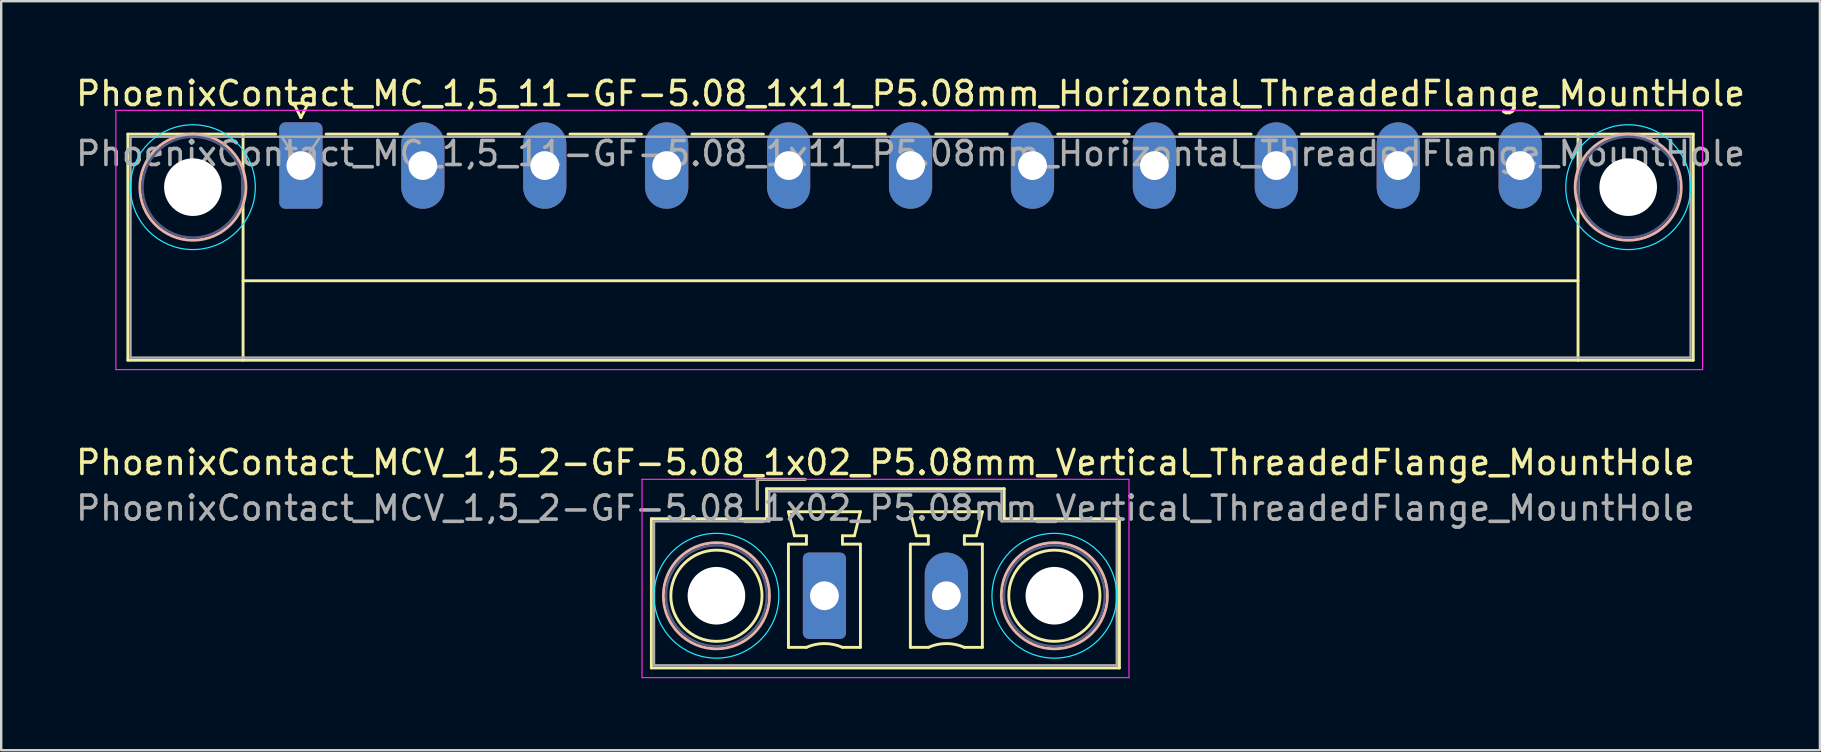
<source format=kicad_pcb>
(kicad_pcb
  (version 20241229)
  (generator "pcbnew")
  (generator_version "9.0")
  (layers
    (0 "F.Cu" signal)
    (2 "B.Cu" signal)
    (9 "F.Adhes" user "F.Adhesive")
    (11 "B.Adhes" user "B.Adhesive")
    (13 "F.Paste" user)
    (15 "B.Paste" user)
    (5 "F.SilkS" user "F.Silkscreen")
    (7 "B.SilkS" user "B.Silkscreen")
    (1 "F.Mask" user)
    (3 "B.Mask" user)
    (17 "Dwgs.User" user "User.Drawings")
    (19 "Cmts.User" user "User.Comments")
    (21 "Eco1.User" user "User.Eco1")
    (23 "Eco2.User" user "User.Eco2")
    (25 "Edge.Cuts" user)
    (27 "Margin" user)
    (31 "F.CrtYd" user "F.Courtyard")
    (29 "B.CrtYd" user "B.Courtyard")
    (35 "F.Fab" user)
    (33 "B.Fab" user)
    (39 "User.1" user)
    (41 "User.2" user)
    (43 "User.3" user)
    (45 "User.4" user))
  (footprint "PhoenixContact_MC_1,5_11-GF-5.08_1x11_P5.08mm_Horizontal_ThreadedFlange_MountHole"
    (layer "F.Cu")
    (at 9.487 3.848)
    (property "Reference" "PhoenixContact_MC_1,5_11-GF-5.08_1x11_P5.08mm_Horizontal_ThreadedFlange_MountHole" (at 25.4 -3 0) (layer "F.SilkS") (effects (font (size 1 1) (thickness 0.15))))
    (attr through_hole)
    (fp_line (start -7.21 -1.31) (end -7.21 8.11) (stroke (width 0.12) (type solid)) (layer "F.SilkS"))
    (fp_line (start -7.21 -1.31) (end -1.05 -1.31) (stroke (width 0.12) (type solid)) (layer "F.SilkS"))
    (fp_line (start -7.21 8.11) (end 58.01 8.11) (stroke (width 0.12) (type solid)) (layer "F.SilkS"))
    (fp_line (start -2.41 -1.31) (end -2.41 8.11) (stroke (width 0.12) (type solid)) (layer "F.SilkS"))
    (fp_line (start -2.41 4.8) (end 53.21 4.8) (stroke (width 0.12) (type solid)) (layer "F.SilkS"))
    (fp_line (start -0.3 -2.6) (end 0.3 -2.6) (stroke (width 0.12) (type solid)) (layer "F.SilkS"))
    (fp_line (start 0 -2) (end -0.3 -2.6) (stroke (width 0.12) (type solid)) (layer "F.SilkS"))
    (fp_line (start 0.3 -2.6) (end 0 -2) (stroke (width 0.12) (type solid)) (layer "F.SilkS"))
    (fp_line (start 1.05 -1.31) (end 4.03 -1.31) (stroke (width 0.12) (type solid)) (layer "F.SilkS"))
    (fp_line (start 6.13 -1.31) (end 9.11 -1.31) (stroke (width 0.12) (type solid)) (layer "F.SilkS"))
    (fp_line (start 11.21 -1.31) (end 14.19 -1.31) (stroke (width 0.12) (type solid)) (layer "F.SilkS"))
    (fp_line (start 16.29 -1.31) (end 19.27 -1.31) (stroke (width 0.12) (type solid)) (layer "F.SilkS"))
    (fp_line (start 21.37 -1.31) (end 24.35 -1.31) (stroke (width 0.12) (type solid)) (layer "F.SilkS"))
    (fp_line (start 26.45 -1.31) (end 29.43 -1.31) (stroke (width 0.12) (type solid)) (layer "F.SilkS"))
    (fp_line (start 31.53 -1.31) (end 34.51 -1.31) (stroke (width 0.12) (type solid)) (layer "F.SilkS"))
    (fp_line (start 36.61 -1.31) (end 39.59 -1.31) (stroke (width 0.12) (type solid)) (layer "F.SilkS"))
    (fp_line (start 41.69 -1.31) (end 44.67 -1.31) (stroke (width 0.12) (type solid)) (layer "F.SilkS"))
    (fp_line (start 46.77 -1.31) (end 49.75 -1.31) (stroke (width 0.12) (type solid)) (layer "F.SilkS"))
    (fp_line (start 53.21 -1.31) (end 53.21 8.11) (stroke (width 0.12) (type solid)) (layer "F.SilkS"))
    (fp_line (start 58.01 -1.31) (end 51.85 -1.31) (stroke (width 0.12) (type solid)) (layer "F.SilkS"))
    (fp_line (start 58.01 8.11) (end 58.01 -1.31) (stroke (width 0.12) (type solid)) (layer "F.SilkS"))
    (fp_circle (center -4.5 0.9) (end -2.29 0.9) (stroke (width 0.12) (type solid)) (fill no) (layer "B.SilkS"))
    (fp_circle (center 55.3 0.9) (end 57.51 0.9) (stroke (width 0.12) (type solid)) (fill no) (layer "B.SilkS"))
    (fp_circle (center -4.5 0.9) (end -1.9 0.9) (stroke (width 0.05) (type solid)) (fill no) (layer "B.CrtYd"))
    (fp_circle (center 55.3 0.9) (end 57.9 0.9) (stroke (width 0.05) (type solid)) (fill no) (layer "B.CrtYd"))
    (fp_line (start -7.71 -2.3) (end -7.71 8.5) (stroke (width 0.05) (type solid)) (layer "F.CrtYd"))
    (fp_line (start -7.71 8.5) (end 58.4 8.5) (stroke (width 0.05) (type solid)) (layer "F.CrtYd"))
    (fp_line (start 58.4 -2.3) (end -7.71 -2.3) (stroke (width 0.05) (type solid)) (layer "F.CrtYd"))
    (fp_line (start 58.4 8.5) (end 58.4 -2.3) (stroke (width 0.05) (type solid)) (layer "F.CrtYd"))
    (fp_circle (center -4.5 0.9) (end -2.4 0.9) (stroke (width 0.1) (type solid)) (fill no) (layer "B.Fab"))
    (fp_circle (center 55.3 0.9) (end 57.4 0.9) (stroke (width 0.1) (type solid)) (fill no) (layer "B.Fab"))
    (fp_line (start -7.1 -1.2) (end -7.1 8) (stroke (width 0.1) (type solid)) (layer "F.Fab"))
    (fp_line (start -7.1 8) (end 57.9 8) (stroke (width 0.1) (type solid)) (layer "F.Fab"))
    (fp_line (start 0 0) (end -0.8 -1.2) (stroke (width 0.1) (type solid)) (layer "F.Fab"))
    (fp_line (start 0.8 -1.2) (end 0 0) (stroke (width 0.1) (type solid)) (layer "F.Fab"))
    (fp_line (start 57.9 -1.2) (end -7.1 -1.2) (stroke (width 0.1) (type solid)) (layer "F.Fab"))
    (fp_line (start 57.9 8) (end 57.9 -1.2) (stroke (width 0.1) (type solid)) (layer "F.Fab"))
    (fp_text user "${REFERENCE}" (at 25.4 -0.5 0) (layer "F.Fab") (effects (font (size 1 1) (thickness 0.15))))
    (pad "" np_thru_hole circle (at -4.5 0.9) (size 2.4 2.4) (drill 2.4) (layers "*.Cu" "*.Mask"))
    (pad "" np_thru_hole circle (at 55.3 0.9) (size 2.4 2.4) (drill 2.4) (layers "*.Cu" "*.Mask"))
    (pad "1" thru_hole roundrect (at 0 0) (size 1.8 3.6) (drill 1.2) (layers "*.Cu" "*.Mask") (roundrect_rratio 0.139))
    (pad "2" thru_hole oval (at 5.08 0) (size 1.8 3.6) (drill 1.2) (layers "*.Cu" "*.Mask"))
    (pad "3" thru_hole oval (at 10.16 0) (size 1.8 3.6) (drill 1.2) (layers "*.Cu" "*.Mask"))
    (pad "4" thru_hole oval (at 15.24 0) (size 1.8 3.6) (drill 1.2) (layers "*.Cu" "*.Mask"))
    (pad "5" thru_hole oval (at 20.32 0) (size 1.8 3.6) (drill 1.2) (layers "*.Cu" "*.Mask"))
    (pad "6" thru_hole oval (at 25.4 0) (size 1.8 3.6) (drill 1.2) (layers "*.Cu" "*.Mask"))
    (pad "7" thru_hole oval (at 30.48 0) (size 1.8 3.6) (drill 1.2) (layers "*.Cu" "*.Mask"))
    (pad "8" thru_hole oval (at 35.56 0) (size 1.8 3.6) (drill 1.2) (layers "*.Cu" "*.Mask"))
    (pad "9" thru_hole oval (at 40.64 0) (size 1.8 3.6) (drill 1.2) (layers "*.Cu" "*.Mask"))
    (pad "10" thru_hole oval (at 45.72 0) (size 1.8 3.6) (drill 1.2) (layers "*.Cu" "*.Mask"))
    (pad "11" thru_hole oval (at 50.8 0) (size 1.8 3.6) (drill 1.2) (layers "*.Cu" "*.Mask")))
  (footprint "PhoenixContact_MCV_1,5_2-GF-5.08_1x02_P5.08mm_Vertical_ThreadedFlange_MountHole"
    (layer "F.Cu")
    (at 31.299 21.771)
    (property "Reference" "PhoenixContact_MCV_1,5_2-GF-5.08_1x02_P5.08mm_Vertical_ThreadedFlange_MountHole" (at 2.54 -5.55 0) (layer "F.SilkS") (effects (font (size 1 1) (thickness 0.15))))
    (attr through_hole)
    (fp_line (start -7.21 -3.21) (end -7.21 3.01) (stroke (width 0.12) (type solid)) (layer "F.SilkS"))
    (fp_line (start -7.21 3.01) (end 12.29 3.01) (stroke (width 0.12) (type solid)) (layer "F.SilkS"))
    (fp_line (start -2.8 -4.85) (end -0.8 -4.85) (stroke (width 0.12) (type solid)) (layer "F.SilkS"))
    (fp_line (start -2.8 -3.6) (end -2.8 -4.85) (stroke (width 0.12) (type solid)) (layer "F.SilkS"))
    (fp_line (start -2.41 -4.46) (end -2.41 -3.21) (stroke (width 0.12) (type solid)) (layer "F.SilkS"))
    (fp_line (start -2.41 -3.21) (end -7.21 -3.21) (stroke (width 0.12) (type solid)) (layer "F.SilkS"))
    (fp_line (start -1.5 -3.5) (end 1.5 -3.5) (stroke (width 0.12) (type solid)) (layer "F.SilkS"))
    (fp_line (start -1.5 -2.15) (end -0.75 -2.15) (stroke (width 0.12) (type solid)) (layer "F.SilkS"))
    (fp_line (start -1.5 2.15) (end -1.5 -2.15) (stroke (width 0.12) (type solid)) (layer "F.SilkS"))
    (fp_line (start -1.25 -2.5) (end -1.5 -3.5) (stroke (width 0.12) (type solid)) (layer "F.SilkS"))
    (fp_line (start -0.75 -2.5) (end -1.25 -2.5) (stroke (width 0.12) (type solid)) (layer "F.SilkS"))
    (fp_line (start -0.75 -2.15) (end -0.75 -2.5) (stroke (width 0.12) (type solid)) (layer "F.SilkS"))
    (fp_line (start -0.75 2.15) (end -1.5 2.15) (stroke (width 0.12) (type solid)) (layer "F.SilkS"))
    (fp_line (start 0.75 -2.5) (end 0.75 -2.15) (stroke (width 0.12) (type solid)) (layer "F.SilkS"))
    (fp_line (start 0.75 -2.15) (end 1.5 -2.15) (stroke (width 0.12) (type solid)) (layer "F.SilkS"))
    (fp_line (start 1.25 -2.5) (end 0.75 -2.5) (stroke (width 0.12) (type solid)) (layer "F.SilkS"))
    (fp_line (start 1.5 -3.5) (end 1.25 -2.5) (stroke (width 0.12) (type solid)) (layer "F.SilkS"))
    (fp_line (start 1.5 -2.15) (end 1.5 2.15) (stroke (width 0.12) (type solid)) (layer "F.SilkS"))
    (fp_line (start 1.5 2.15) (end 0.75 2.15) (stroke (width 0.12) (type solid)) (layer "F.SilkS"))
    (fp_line (start 3.58 -3.5) (end 6.58 -3.5) (stroke (width 0.12) (type solid)) (layer "F.SilkS"))
    (fp_line (start 3.58 -2.15) (end 4.33 -2.15) (stroke (width 0.12) (type solid)) (layer "F.SilkS"))
    (fp_line (start 3.58 2.15) (end 3.58 -2.15) (stroke (width 0.12) (type solid)) (layer "F.SilkS"))
    (fp_line (start 3.83 -2.5) (end 3.58 -3.5) (stroke (width 0.12) (type solid)) (layer "F.SilkS"))
    (fp_line (start 4.33 -2.5) (end 3.83 -2.5) (stroke (width 0.12) (type solid)) (layer "F.SilkS"))
    (fp_line (start 4.33 -2.15) (end 4.33 -2.5) (stroke (width 0.12) (type solid)) (layer "F.SilkS"))
    (fp_line (start 4.33 2.15) (end 3.58 2.15) (stroke (width 0.12) (type solid)) (layer "F.SilkS"))
    (fp_line (start 5.83 -2.5) (end 5.83 -2.15) (stroke (width 0.12) (type solid)) (layer "F.SilkS"))
    (fp_line (start 5.83 -2.15) (end 6.58 -2.15) (stroke (width 0.12) (type solid)) (layer "F.SilkS"))
    (fp_line (start 6.33 -2.5) (end 5.83 -2.5) (stroke (width 0.12) (type solid)) (layer "F.SilkS"))
    (fp_line (start 6.58 -3.5) (end 6.33 -2.5) (stroke (width 0.12) (type solid)) (layer "F.SilkS"))
    (fp_line (start 6.58 -2.15) (end 6.58 2.15) (stroke (width 0.12) (type solid)) (layer "F.SilkS"))
    (fp_line (start 6.58 2.15) (end 5.83 2.15) (stroke (width 0.12) (type solid)) (layer "F.SilkS"))
    (fp_line (start 7.49 -4.46) (end -2.41 -4.46) (stroke (width 0.12) (type solid)) (layer "F.SilkS"))
    (fp_line (start 7.49 -3.21) (end 7.49 -4.46) (stroke (width 0.12) (type solid)) (layer "F.SilkS"))
    (fp_line (start 12.29 -3.21) (end 7.49 -3.21) (stroke (width 0.12) (type solid)) (layer "F.SilkS"))
    (fp_line (start 12.29 3.01) (end 12.29 -3.21) (stroke (width 0.12) (type solid)) (layer "F.SilkS"))
    (fp_arc (start -0.75 2.15) (mid -0.000193 1.99191) (end 0.749647 2.149844) (stroke (width 0.12) (type solid)) (layer "F.SilkS"))
    (fp_arc (start 4.33 2.15) (mid 5.079807 1.99191) (end 5.829647 2.149844) (stroke (width 0.12) (type solid)) (layer "F.SilkS"))
    (fp_circle (center -4.5 0) (end -2.6 0) (stroke (width 0.12) (type solid)) (fill no) (layer "F.SilkS"))
    (fp_circle (center 9.58 0) (end 11.48 0) (stroke (width 0.12) (type solid)) (fill no) (layer "F.SilkS"))
    (fp_circle (center -4.5 0) (end -2.29 0) (stroke (width 0.12) (type solid)) (fill no) (layer "B.SilkS"))
    (fp_circle (center 9.58 0) (end 11.79 0) (stroke (width 0.12) (type solid)) (fill no) (layer "B.SilkS"))
    (fp_circle (center -4.5 0) (end -1.9 0) (stroke (width 0.05) (type solid)) (fill no) (layer "B.CrtYd"))
    (fp_circle (center 9.58 0) (end 12.18 0) (stroke (width 0.05) (type solid)) (fill no) (layer "B.CrtYd"))
    (fp_line (start -7.6 -4.85) (end -7.6 3.41) (stroke (width 0.05) (type solid)) (layer "F.CrtYd"))
    (fp_line (start -7.6 3.41) (end 12.69 3.41) (stroke (width 0.05) (type solid)) (layer "F.CrtYd"))
    (fp_line (start 12.69 -4.85) (end -7.6 -4.85) (stroke (width 0.05) (type solid)) (layer "F.CrtYd"))
    (fp_line (start 12.69 3.41) (end 12.69 -4.85) (stroke (width 0.05) (type solid)) (layer "F.CrtYd"))
    (fp_circle (center -4.5 0) (end -2.4 0) (stroke (width 0.1) (type solid)) (fill no) (layer "B.Fab"))
    (fp_circle (center 9.58 0) (end 11.68 0) (stroke (width 0.1) (type solid)) (fill no) (layer "B.Fab"))
    (fp_line (start -7.1 -3.1) (end -7.1 2.9) (stroke (width 0.1) (type solid)) (layer "F.Fab"))
    (fp_line (start -7.1 2.9) (end 12.18 2.9) (stroke (width 0.1) (type solid)) (layer "F.Fab"))
    (fp_line (start -2.8 -4.85) (end -0.8 -4.85) (stroke (width 0.1) (type solid)) (layer "F.Fab"))
    (fp_line (start -2.8 -3.6) (end -2.8 -4.85) (stroke (width 0.1) (type solid)) (layer "F.Fab"))
    (fp_line (start -2.3 -4.35) (end -2.3 -3.1) (stroke (width 0.1) (type solid)) (layer "F.Fab"))
    (fp_line (start -2.3 -3.1) (end -7.1 -3.1) (stroke (width 0.1) (type solid)) (layer "F.Fab"))
    (fp_line (start 7.38 -4.35) (end -2.3 -4.35) (stroke (width 0.1) (type solid)) (layer "F.Fab"))
    (fp_line (start 7.38 -3.1) (end 7.38 -4.35) (stroke (width 0.1) (type solid)) (layer "F.Fab"))
    (fp_line (start 12.18 -3.1) (end 7.38 -3.1) (stroke (width 0.1) (type solid)) (layer "F.Fab"))
    (fp_line (start 12.18 2.9) (end 12.18 -3.1) (stroke (width 0.1) (type solid)) (layer "F.Fab"))
    (fp_text user "${REFERENCE}" (at 2.54 -3.65 0) (layer "F.Fab") (effects (font (size 1 1) (thickness 0.15))))
    (pad "" np_thru_hole circle (at -4.5 0) (size 2.4 2.4) (drill 2.4) (layers "*.Cu" "*.Mask"))
    (pad "" np_thru_hole circle (at 9.58 0) (size 2.4 2.4) (drill 2.4) (layers "*.Cu" "*.Mask"))
    (pad "1" thru_hole roundrect (at 0 0) (size 1.8 3.6) (drill 1.2) (layers "*.Cu" "*.Mask") (roundrect_rratio 0.139))
    (pad "2" thru_hole oval (at 5.08 0) (size 1.8 3.6) (drill 1.2) (layers "*.Cu" "*.Mask")))
  (gr_rect
    (start -3 -3)
    (end 72.774 28.206)
    (stroke (width 0.1) (type default))
    (fill no)
    (layer "Edge.Cuts")))
</source>
